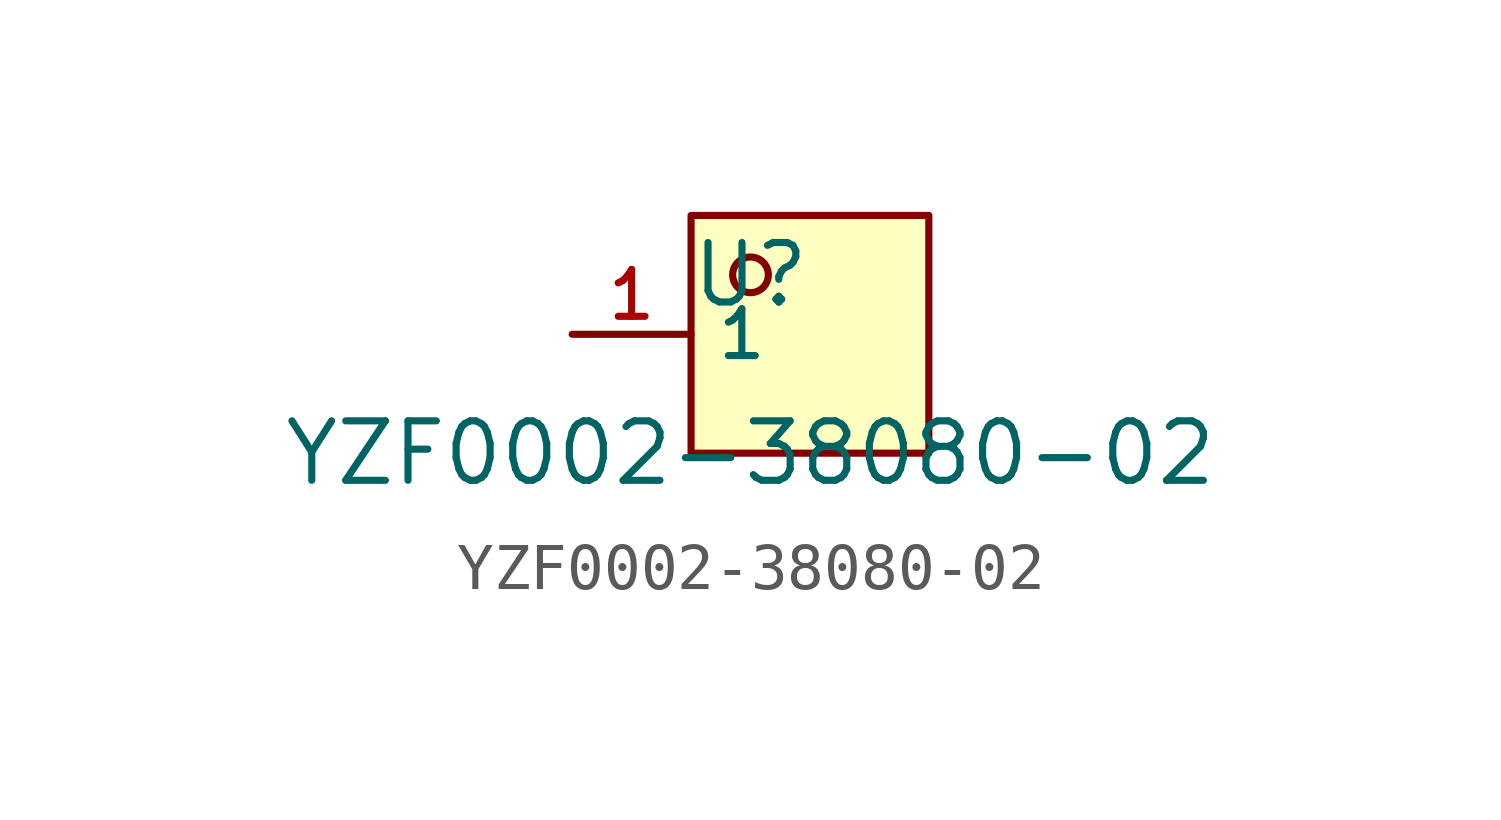
<source format=kicad_sym>
(kicad_symbol_lib
  (version 20210201)
  (generator TousstNicolas/JLC2KiCad_lib)
  (symbol "YZF0002-38080-02"
    (property "Reference" "U"
      (at 0 1.27 0)
      (effects (font (size 1.27 1.27))))
    (property "Value" "YZF0002-38080-02"
      (at 0 -2.54 0)
      (effects (font (size 1.27 1.27))))
    (symbol "YZF0002-38080-02_0_1"
      (rectangle (start -1.27 2.54) (end 3.81 -2.54) (stroke (width 0) (type default) (color 0 0 0 0)) (fill (type background)))
      (circle (center 0.0 1.27) (radius 0.381) (stroke (width 0) (type default) (color 0 0 0 0)) (fill (type background)))
      (pin unspecified line (at -3.81 -0.0 0) (length 2.54) (name "1" (effects (font (size 1 1)))) (number "1" (effects (font (size 1 1))))))))
</source>
